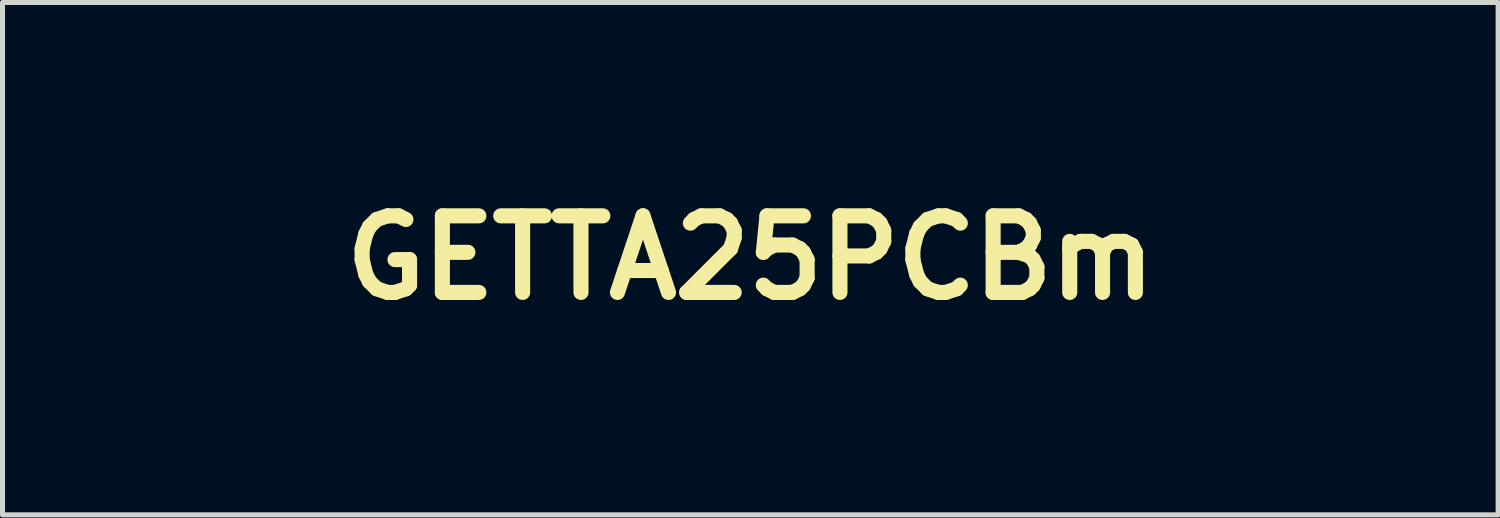
<source format=kicad_pcb>
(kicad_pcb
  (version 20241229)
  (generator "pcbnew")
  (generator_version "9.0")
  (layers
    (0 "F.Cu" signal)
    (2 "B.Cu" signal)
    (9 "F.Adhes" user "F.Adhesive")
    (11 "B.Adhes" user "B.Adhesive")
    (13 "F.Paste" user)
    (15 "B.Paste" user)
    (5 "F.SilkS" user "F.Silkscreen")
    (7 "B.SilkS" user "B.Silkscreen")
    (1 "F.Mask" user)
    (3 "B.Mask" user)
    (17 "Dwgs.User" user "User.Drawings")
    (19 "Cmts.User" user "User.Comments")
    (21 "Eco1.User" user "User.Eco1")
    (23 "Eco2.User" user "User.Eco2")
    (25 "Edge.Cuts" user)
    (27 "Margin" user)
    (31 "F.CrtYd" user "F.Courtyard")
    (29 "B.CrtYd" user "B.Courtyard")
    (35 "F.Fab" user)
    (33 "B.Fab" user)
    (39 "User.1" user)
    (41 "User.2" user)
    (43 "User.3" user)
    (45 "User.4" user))
  (footprint "GETTA25PCBm"
    (layer "F.Cu")
    (at 11.884 2.079)
    (property "Reference" "GETTA25PCBm" (at 0 0 0) (layer "F.SilkS") (effects (font (size 1.524 1.524) (thickness 0.3))))
    (attr through_hole)
    (fp_poly (pts (xy -4.276 1.973) (xy -5.39 1.977) (xy -5.619 1.978) (xy -5.816 1.978) (xy -5.984 1.978) (xy -6.124 1.978) (xy -6.239 1.977) (xy -6.33 1.975) (xy -6.401 1.973) (xy -6.452 1.971) (xy -6.486 1.968) (xy -6.505 1.964) (xy -6.512 1.96) (xy -6.514 1.937) (xy -6.516 1.886) (xy -6.516 1.811) (xy -6.517 1.718) (xy -6.516 1.613) (xy -6.515 1.574) (xy -6.511 1.211) (xy -4.276 1.211) (xy -4.276 1.973)) (stroke (width 0.01) (type solid)) (fill yes) (layer "F.Mask"))
    (fp_poly (pts (xy 1.765 -0.387) (xy 1.815 -0.385) (xy 1.846 -0.38) (xy 1.865 -0.372) (xy 1.875 -0.361) (xy 1.883 -0.334) (xy 1.889 -0.281) (xy 1.894 -0.21) (xy 1.896 -0.13) (xy 1.897 -0.047) (xy 1.896 0.029) (xy 1.892 0.092) (xy 1.886 0.131) (xy 1.881 0.145) (xy 1.872 0.155) (xy 1.854 0.162) (xy 1.821 0.166) (xy 1.769 0.168) (xy 1.693 0.169) (xy 1.598 0.169) (xy 1.32 0.169) (xy 1.325 -0.106) (xy 1.329 -0.381) (xy 1.592 -0.386) (xy 1.693 -0.387) (xy 1.765 -0.387)) (stroke (width 0.01) (type solid)) (fill yes) (layer "F.Mask"))
    (fp_poly (pts (xy -2.036 1.528) (xy -1.532 1.532) (xy -1.533 1.799) (xy -1.534 1.896) (xy -1.537 1.978) (xy -1.541 2.039) (xy -1.547 2.074) (xy -1.55 2.08) (xy -1.57 2.084) (xy -1.619 2.088) (xy -1.691 2.092) (xy -1.78 2.096) (xy -1.883 2.1) (xy -1.992 2.103) (xy -2.104 2.106) (xy -2.212 2.108) (xy -2.311 2.109) (xy -2.396 2.11) (xy -2.461 2.109) (xy -2.502 2.107) (xy -2.51 2.105) (xy -2.521 2.1) (xy -2.529 2.086) (xy -2.534 2.059) (xy -2.538 2.015) (xy -2.539 1.948) (xy -2.54 1.855) (xy -2.54 1.81) (xy -2.54 1.523) (xy -2.036 1.528)) (stroke (width 0.01) (type solid)) (fill yes) (layer "F.Mask"))
    (fp_poly (pts (xy 5.223 1.393) (xy 5.318 1.394) (xy 5.425 1.397) (xy 5.461 1.398) (xy 5.823 1.41) (xy 5.9 1.621) (xy 5.941 1.738) (xy 5.966 1.827) (xy 5.976 1.891) (xy 5.971 1.932) (xy 5.953 1.953) (xy 5.951 1.954) (xy 5.926 1.957) (xy 5.874 1.96) (xy 5.798 1.962) (xy 5.704 1.963) (xy 5.598 1.964) (xy 5.562 1.964) (xy 5.201 1.964) (xy 5.131 1.782) (xy 5.102 1.706) (xy 5.076 1.637) (xy 5.055 1.586) (xy 5.045 1.561) (xy 5.03 1.503) (xy 5.03 1.449) (xy 5.046 1.41) (xy 5.064 1.397) (xy 5.091 1.394) (xy 5.146 1.393) (xy 5.223 1.393)) (stroke (width 0.01) (type solid)) (fill yes) (layer "F.Mask"))
    (fp_poly (pts (xy -9.099 -0.369) (xy -8.943 -0.368) (xy -8.136 -0.364) (xy -8.132 0.047) (xy -8.131 0.182) (xy -8.131 0.286) (xy -8.132 0.363) (xy -8.135 0.416) (xy -8.14 0.449) (xy -8.146 0.464) (xy -8.149 0.466) (xy -8.17 0.467) (xy -8.221 0.469) (xy -8.299 0.471) (xy -8.402 0.472) (xy -8.524 0.474) (xy -8.664 0.475) (xy -8.818 0.477) (xy -8.983 0.478) (xy -9.007 0.478) (xy -9.203 0.479) (xy -9.368 0.479) (xy -9.504 0.479) (xy -9.614 0.478) (xy -9.701 0.477) (xy -9.766 0.475) (xy -9.813 0.472) (xy -9.844 0.468) (xy -9.862 0.463) (xy -9.867 0.46) (xy -9.875 0.445) (xy -9.88 0.417) (xy -9.884 0.37) (xy -9.886 0.302) (xy -9.886 0.208) (xy -9.886 0.085) (xy -9.885 0.046) (xy -9.881 -0.346) (xy -9.815 -0.359) (xy -9.785 -0.362) (xy -9.725 -0.364) (xy -9.638 -0.366) (xy -9.529 -0.368) (xy -9.4 -0.369) (xy -9.255 -0.369) (xy -9.099 -0.369)) (stroke (width 0.01) (type solid)) (fill yes) (layer "F.Mask"))
    (fp_poly (pts (xy 1.152 -0.879) (xy 1.201 -0.876) (xy 1.232 -0.871) (xy 1.251 -0.862) (xy 1.259 -0.855) (xy 1.267 -0.844) (xy 1.274 -0.825) (xy 1.278 -0.796) (xy 1.282 -0.752) (xy 1.284 -0.69) (xy 1.286 -0.606) (xy 1.287 -0.496) (xy 1.287 -0.357) (xy 1.287 -0.329) (xy 1.287 0.169) (xy 0.736 0.169) (xy 0.578 0.169) (xy 0.452 0.168) (xy 0.353 0.167) (xy 0.279 0.164) (xy 0.228 0.161) (xy 0.196 0.156) (xy 0.18 0.151) (xy 0.177 0.147) (xy 0.174 0.124) (xy 0.173 0.072) (xy 0.172 0.000084) (xy 0.172 -0.087) (xy 0.173 -0.136) (xy 0.178 -0.398) (xy 0.41 -0.406) (xy 0.523 -0.412) (xy 0.604 -0.42) (xy 0.651 -0.43) (xy 0.663 -0.436) (xy 0.674 -0.464) (xy 0.684 -0.52) (xy 0.692 -0.602) (xy 0.695 -0.652) (xy 0.7 -0.73) (xy 0.706 -0.796) (xy 0.713 -0.841) (xy 0.718 -0.859) (xy 0.739 -0.864) (xy 0.787 -0.869) (xy 0.856 -0.873) (xy 0.941 -0.876) (xy 0.981 -0.877) (xy 1.081 -0.879) (xy 1.152 -0.879)) (stroke (width 0.01) (type solid)) (fill yes) (layer "F.Mask"))
    (fp_poly (pts (xy -11.251 -0.475) (xy -11.143 -0.474) (xy -11.044 -0.471) (xy -10.957 -0.468) (xy -10.888 -0.463) (xy -10.844 -0.457) (xy -10.832 -0.453) (xy -10.824 -0.444) (xy -10.817 -0.43) (xy -10.812 -0.406) (xy -10.809 -0.368) (xy -10.807 -0.313) (xy -10.806 -0.237) (xy -10.806 -0.137) (xy -10.807 -0.008) (xy -10.807 0.068) (xy -10.812 0.567) (xy -11.057 0.578) (xy -11.166 0.583) (xy -11.283 0.588) (xy -11.395 0.593) (xy -11.486 0.597) (xy -11.489 0.597) (xy -11.568 0.6) (xy -11.635 0.601) (xy -11.683 0.6) (xy -11.703 0.598) (xy -11.712 0.591) (xy -11.72 0.574) (xy -11.726 0.541) (xy -11.731 0.488) (xy -11.735 0.412) (xy -11.739 0.307) (xy -11.741 0.274) (xy -11.744 0.156) (xy -11.747 0.033) (xy -11.75 -0.085) (xy -11.751 -0.187) (xy -11.752 -0.241) (xy -11.751 -0.326) (xy -11.749 -0.384) (xy -11.744 -0.421) (xy -11.736 -0.442) (xy -11.724 -0.454) (xy -11.719 -0.457) (xy -11.69 -0.463) (xy -11.634 -0.468) (xy -11.557 -0.471) (xy -11.463 -0.474) (xy -11.359 -0.475) (xy -11.251 -0.475)) (stroke (width 0.01) (type solid)) (fill yes) (layer "F.Mask"))
    (fp_poly (pts (xy 1.035 0.237) (xy 1.119 0.239) (xy 1.193 0.243) (xy 1.249 0.248) (xy 1.28 0.255) (xy 1.284 0.257) (xy 1.289 0.279) (xy 1.293 0.331) (xy 1.297 0.407) (xy 1.3 0.504) (xy 1.303 0.618) (xy 1.304 0.744) (xy 1.305 0.877) (xy 1.305 1.014) (xy 1.305 1.15) (xy 1.304 1.28) (xy 1.302 1.401) (xy 1.299 1.507) (xy 1.296 1.596) (xy 1.291 1.661) (xy 1.286 1.699) (xy 1.284 1.707) (xy 1.259 1.715) (xy 1.208 1.722) (xy 1.138 1.726) (xy 1.056 1.728) (xy 0.967 1.729) (xy 0.879 1.728) (xy 0.798 1.724) (xy 0.732 1.719) (xy 0.686 1.712) (xy 0.667 1.704) (xy 0.666 1.682) (xy 0.665 1.631) (xy 0.665 1.552) (xy 0.665 1.451) (xy 0.666 1.331) (xy 0.668 1.195) (xy 0.671 1.048) (xy 0.672 0.975) (xy 0.676 0.798) (xy 0.679 0.652) (xy 0.683 0.535) (xy 0.686 0.442) (xy 0.69 0.372) (xy 0.694 0.321) (xy 0.698 0.286) (xy 0.704 0.265) (xy 0.71 0.255) (xy 0.711 0.253) (xy 0.739 0.247) (xy 0.793 0.242) (xy 0.864 0.238) (xy 0.948 0.237) (xy 1.035 0.237)) (stroke (width 0.01) (type solid)) (fill yes) (layer "F.Mask"))
    (fp_poly (pts (xy -4.637 -1.932) (xy -4.539 -1.932) (xy -4.457 -1.93) (xy -4.397 -1.929) (xy -4.363 -1.926) (xy -4.358 -1.925) (xy -4.353 -1.905) (xy -4.348 -1.856) (xy -4.343 -1.784) (xy -4.338 -1.695) (xy -4.333 -1.592) (xy -4.328 -1.482) (xy -4.324 -1.37) (xy -4.321 -1.261) (xy -4.319 -1.16) (xy -4.319 -1.132) (xy -4.32 -1.049) (xy -4.324 -0.994) (xy -4.333 -0.959) (xy -4.345 -0.941) (xy -4.359 -0.931) (xy -4.383 -0.925) (xy -4.421 -0.92) (xy -4.479 -0.917) (xy -4.56 -0.916) (xy -4.67 -0.916) (xy -4.688 -0.916) (xy -4.79 -0.917) (xy -4.884 -0.919) (xy -4.962 -0.922) (xy -5.018 -0.926) (xy -5.046 -0.929) (xy -5.067 -0.937) (xy -5.08 -0.952) (xy -5.088 -0.98) (xy -5.093 -1.029) (xy -5.097 -1.086) (xy -5.104 -1.161) (xy -5.114 -1.22) (xy -5.126 -1.255) (xy -5.128 -1.258) (xy -5.17 -1.288) (xy -5.239 -1.313) (xy -5.329 -1.331) (xy -5.368 -1.336) (xy -5.461 -1.346) (xy -5.466 -1.628) (xy -5.467 -1.735) (xy -5.466 -1.813) (xy -5.464 -1.866) (xy -5.459 -1.898) (xy -5.452 -1.915) (xy -5.447 -1.919) (xy -5.423 -1.922) (xy -5.371 -1.924) (xy -5.296 -1.926) (xy -5.203 -1.928) (xy -5.096 -1.93) (xy -4.981 -1.931) (xy -4.863 -1.932) (xy -4.747 -1.932) (xy -4.637 -1.932)) (stroke (width 0.01) (type solid)) (fill yes) (layer "F.Mask"))
    (fp_poly (pts (xy -10.9 -2.074) (xy -10.803 -2.072) (xy -10.723 -2.069) (xy -10.663 -2.066) (xy -10.631 -2.062) (xy -10.628 -2.062) (xy -10.621 -2.057) (xy -10.614 -2.048) (xy -10.609 -2.031) (xy -10.605 -2.003) (xy -10.603 -1.961) (xy -10.601 -1.902) (xy -10.601 -1.822) (xy -10.601 -1.718) (xy -10.602 -1.588) (xy -10.603 -1.427) (xy -10.603 -1.405) (xy -10.605 -1.237) (xy -10.606 -1.1) (xy -10.608 -0.991) (xy -10.611 -0.907) (xy -10.614 -0.843) (xy -10.618 -0.799) (xy -10.622 -0.769) (xy -10.628 -0.752) (xy -10.634 -0.745) (xy -10.657 -0.741) (xy -10.711 -0.737) (xy -10.791 -0.734) (xy -10.896 -0.731) (xy -11.021 -0.73) (xy -11.163 -0.729) (xy -11.257 -0.728) (xy -11.416 -0.728) (xy -11.544 -0.729) (xy -11.644 -0.73) (xy -11.721 -0.731) (xy -11.778 -0.733) (xy -11.817 -0.737) (xy -11.842 -0.741) (xy -11.857 -0.747) (xy -11.864 -0.754) (xy -11.867 -0.758) (xy -11.87 -0.783) (xy -11.873 -0.837) (xy -11.876 -0.913) (xy -11.878 -1.007) (xy -11.879 -1.113) (xy -11.879 -1.143) (xy -11.879 -1.499) (xy -11.682 -1.503) (xy -11.598 -1.506) (xy -11.54 -1.509) (xy -11.502 -1.515) (xy -11.476 -1.525) (xy -11.455 -1.541) (xy -11.437 -1.559) (xy -11.417 -1.582) (xy -11.403 -1.604) (xy -11.393 -1.634) (xy -11.385 -1.677) (xy -11.379 -1.74) (xy -11.372 -1.829) (xy -11.371 -1.842) (xy -11.354 -2.074) (xy -11.007 -2.074) (xy -10.9 -2.074)) (stroke (width 0.01) (type solid)) (fill yes) (layer "F.Mask"))
    (fp_poly (pts (xy -3.098 -1.963) (xy -3.007 -1.96) (xy -2.905 -1.955) (xy -2.799 -1.95) (xy -2.695 -1.943) (xy -2.597 -1.936) (xy -2.511 -1.929) (xy -2.444 -1.922) (xy -2.4 -1.915) (xy -2.385 -1.909) (xy -2.382 -1.888) (xy -2.379 -1.837) (xy -2.376 -1.76) (xy -2.374 -1.66) (xy -2.373 -1.541) (xy -2.371 -1.408) (xy -2.371 -1.265) (xy -2.371 -1.244) (xy -2.371 -1.073) (xy -2.372 -0.934) (xy -2.373 -0.822) (xy -2.375 -0.735) (xy -2.377 -0.67) (xy -2.381 -0.623) (xy -2.386 -0.591) (xy -2.391 -0.572) (xy -2.395 -0.566) (xy -2.402 -0.558) (xy -2.413 -0.551) (xy -2.43 -0.546) (xy -2.458 -0.542) (xy -2.499 -0.538) (xy -2.555 -0.535) (xy -2.632 -0.533) (xy -2.73 -0.532) (xy -2.855 -0.53) (xy -3.008 -0.529) (xy -3.11 -0.528) (xy -3.26 -0.527) (xy -3.4 -0.527) (xy -3.525 -0.527) (xy -3.632 -0.528) (xy -3.718 -0.53) (xy -3.779 -0.532) (xy -3.811 -0.534) (xy -3.814 -0.535) (xy -3.818 -0.555) (xy -3.821 -0.604) (xy -3.824 -0.676) (xy -3.826 -0.768) (xy -3.827 -0.875) (xy -3.827 -0.943) (xy -3.827 -1.338) (xy -3.64 -1.338) (xy -3.537 -1.34) (xy -3.462 -1.348) (xy -3.406 -1.363) (xy -3.363 -1.388) (xy -3.327 -1.425) (xy -3.32 -1.433) (xy -3.306 -1.454) (xy -3.296 -1.479) (xy -3.29 -1.514) (xy -3.287 -1.565) (xy -3.285 -1.639) (xy -3.285 -1.713) (xy -3.285 -1.808) (xy -3.283 -1.875) (xy -3.279 -1.919) (xy -3.272 -1.944) (xy -3.263 -1.956) (xy -3.258 -1.959) (xy -3.229 -1.963) (xy -3.175 -1.964) (xy -3.098 -1.963)) (stroke (width 0.01) (type solid)) (fill yes) (layer "F.Mask"))
    (fp_poly (pts (xy -1.329 -1.779) (xy -1.174 -1.778) (xy -1.02 -1.777) (xy -0.871 -1.776) (xy -0.732 -1.774) (xy -0.606 -1.772) (xy -0.496 -1.769) (xy -0.407 -1.767) (xy -0.343 -1.764) (xy -0.307 -1.761) (xy -0.301 -1.759) (xy -0.291 -1.753) (xy -0.283 -1.743) (xy -0.277 -1.727) (xy -0.273 -1.7) (xy -0.271 -1.659) (xy -0.271 -1.599) (xy -0.272 -1.516) (xy -0.275 -1.408) (xy -0.278 -1.281) (xy -0.281 -1.16) (xy -0.284 -1.051) (xy -0.287 -0.958) (xy -0.29 -0.885) (xy -0.292 -0.837) (xy -0.293 -0.819) (xy -0.293 -0.819) (xy -0.31 -0.818) (xy -0.357 -0.816) (xy -0.431 -0.814) (xy -0.527 -0.812) (xy -0.642 -0.809) (xy -0.772 -0.806) (xy -0.913 -0.803) (xy -0.921 -0.803) (xy -1.545 -0.791) (xy -1.539 0.227) (xy -1.532 1.245) (xy -2.025 1.249) (xy -2.151 1.25) (xy -2.265 1.25) (xy -2.365 1.249) (xy -2.444 1.248) (xy -2.5 1.245) (xy -2.527 1.243) (xy -2.528 1.242) (xy -2.531 1.223) (xy -2.533 1.174) (xy -2.535 1.098) (xy -2.537 0.999) (xy -2.538 0.88) (xy -2.539 0.745) (xy -2.54 0.597) (xy -2.54 0.506) (xy -2.54 -0.219) (xy -2.477 -0.228) (xy -2.377 -0.246) (xy -2.3 -0.266) (xy -2.248 -0.288) (xy -2.235 -0.298) (xy -2.229 -0.308) (xy -2.224 -0.327) (xy -2.219 -0.359) (xy -2.216 -0.405) (xy -2.213 -0.469) (xy -2.21 -0.553) (xy -2.209 -0.662) (xy -2.207 -0.797) (xy -2.206 -0.962) (xy -2.205 -1.04) (xy -2.2 -1.757) (xy -2.163 -1.767) (xy -2.134 -1.771) (xy -2.076 -1.773) (xy -1.993 -1.775) (xy -1.888 -1.777) (xy -1.765 -1.778) (xy -1.629 -1.779) (xy -1.482 -1.779) (xy -1.329 -1.779)) (stroke (width 0.01) (type solid)) (fill yes) (layer "F.Mask"))
    (fp_poly (pts (xy -10.212 -2.011) (xy -10.115 -2.01) (xy -9.995 -2.008) (xy -9.846 -2.004) (xy -9.666 -2) (xy -9.66 -1.999) (xy -8.9 -1.98) (xy -8.823 -1.936) (xy -8.776 -1.904) (xy -8.716 -1.855) (xy -8.652 -1.799) (xy -8.624 -1.773) (xy -8.559 -1.707) (xy -8.514 -1.651) (xy -8.479 -1.594) (xy -8.449 -1.528) (xy -8.413 -1.436) (xy -8.386 -1.349) (xy -8.367 -1.259) (xy -8.354 -1.16) (xy -8.346 -1.044) (xy -8.343 -0.905) (xy -8.342 -0.843) (xy -8.343 -0.743) (xy -8.344 -0.654) (xy -8.347 -0.582) (xy -8.35 -0.533) (xy -8.354 -0.513) (xy -8.354 -0.513) (xy -8.375 -0.508) (xy -8.424 -0.504) (xy -8.495 -0.501) (xy -8.581 -0.499) (xy -8.677 -0.498) (xy -8.777 -0.497) (xy -8.875 -0.498) (xy -8.964 -0.5) (xy -9.038 -0.504) (xy -9.071 -0.506) (xy -9.133 -0.513) (xy -9.183 -0.523) (xy -9.209 -0.533) (xy -9.209 -0.533) (xy -9.216 -0.556) (xy -9.223 -0.605) (xy -9.229 -0.674) (xy -9.232 -0.745) (xy -9.244 -0.889) (xy -9.267 -1.001) (xy -9.303 -1.083) (xy -9.351 -1.135) (xy -9.364 -1.143) (xy -9.411 -1.162) (xy -9.475 -1.176) (xy -9.559 -1.187) (xy -9.666 -1.195) (xy -9.8 -1.2) (xy -9.963 -1.202) (xy -10.019 -1.202) (xy -10.147 -1.202) (xy -10.246 -1.204) (xy -10.319 -1.206) (xy -10.37 -1.209) (xy -10.405 -1.214) (xy -10.426 -1.221) (xy -10.438 -1.229) (xy -10.447 -1.243) (xy -10.454 -1.266) (xy -10.459 -1.303) (xy -10.462 -1.359) (xy -10.464 -1.437) (xy -10.465 -1.543) (xy -10.465 -1.607) (xy -10.464 -1.735) (xy -10.462 -1.833) (xy -10.459 -1.905) (xy -10.454 -1.953) (xy -10.446 -1.981) (xy -10.443 -1.988) (xy -10.436 -1.995) (xy -10.425 -2.001) (xy -10.408 -2.006) (xy -10.381 -2.009) (xy -10.341 -2.011) (xy -10.286 -2.012) (xy -10.212 -2.011)) (stroke (width 0.01) (type solid)) (fill yes) (layer "F.Mask"))
    (fp_poly (pts (xy -8.808 0.647) (xy -8.374 0.652) (xy -8.377 0.927) (xy -8.38 1.066) (xy -8.388 1.179) (xy -8.401 1.275) (xy -8.422 1.361) (xy -8.452 1.445) (xy -8.491 1.536) (xy -8.493 1.539) (xy -8.567 1.659) (xy -8.667 1.771) (xy -8.788 1.869) (xy -8.922 1.947) (xy -9.062 2) (xy -9.125 2.015) (xy -9.162 2.019) (xy -9.228 2.022) (xy -9.32 2.024) (xy -9.433 2.026) (xy -9.564 2.028) (xy -9.707 2.029) (xy -9.86 2.029) (xy -10.017 2.029) (xy -10.175 2.029) (xy -10.329 2.028) (xy -10.476 2.026) (xy -10.611 2.024) (xy -10.73 2.022) (xy -10.828 2.019) (xy -10.902 2.015) (xy -10.91 2.015) (xy -10.997 2.008) (xy -11.061 1.999) (xy -11.114 1.986) (xy -11.167 1.965) (xy -11.217 1.941) (xy -11.358 1.854) (xy -11.476 1.741) (xy -11.572 1.603) (xy -11.599 1.552) (xy -11.651 1.437) (xy -11.687 1.328) (xy -11.711 1.214) (xy -11.725 1.084) (xy -11.729 1.024) (xy -11.733 0.941) (xy -11.734 0.885) (xy -11.731 0.85) (xy -11.723 0.828) (xy -11.71 0.813) (xy -11.709 0.813) (xy -11.694 0.805) (xy -11.667 0.798) (xy -11.624 0.793) (xy -11.563 0.789) (xy -11.478 0.786) (xy -11.367 0.783) (xy -11.244 0.781) (xy -10.808 0.775) (xy -10.798 0.815) (xy -10.791 0.857) (xy -10.787 0.914) (xy -10.787 0.931) (xy -10.774 1.012) (xy -10.74 1.082) (xy -10.689 1.132) (xy -10.682 1.137) (xy -10.662 1.143) (xy -10.625 1.148) (xy -10.569 1.152) (xy -10.49 1.155) (xy -10.386 1.157) (xy -10.255 1.159) (xy -10.093 1.159) (xy -10.049 1.159) (xy -9.891 1.159) (xy -9.762 1.159) (xy -9.661 1.158) (xy -9.582 1.157) (xy -9.523 1.154) (xy -9.481 1.151) (xy -9.451 1.146) (xy -9.43 1.14) (xy -9.414 1.132) (xy -9.409 1.129) (xy -9.358 1.084) (xy -9.317 1.02) (xy -9.287 0.934) (xy -9.264 0.821) (xy -9.254 0.741) (xy -9.243 0.643) (xy -8.808 0.647)) (stroke (width 0.01) (type solid)) (fill yes) (layer "F.Mask"))
    (fp_poly (pts (xy -5.989 -1.829) (xy -5.89 -1.828) (xy -5.812 -1.827) (xy -5.752 -1.825) (xy -5.708 -1.823) (xy -5.676 -1.819) (xy -5.655 -1.815) (xy -5.642 -1.81) (xy -5.634 -1.804) (xy -5.633 -1.804) (xy -5.623 -1.79) (xy -5.616 -1.768) (xy -5.611 -1.733) (xy -5.607 -1.68) (xy -5.606 -1.604) (xy -5.605 -1.501) (xy -5.605 -1.459) (xy -5.606 -1.357) (xy -5.607 -1.264) (xy -5.61 -1.187) (xy -5.612 -1.132) (xy -5.616 -1.105) (xy -5.626 -1.067) (xy -6.756 -1.067) (xy -6.756 -0.324) (xy -6.083 -0.319) (xy -5.914 -0.317) (xy -5.775 -0.316) (xy -5.663 -0.314) (xy -5.574 -0.312) (xy -5.506 -0.31) (xy -5.454 -0.306) (xy -5.415 -0.302) (xy -5.385 -0.296) (xy -5.362 -0.29) (xy -5.341 -0.281) (xy -5.334 -0.278) (xy -5.236 -0.214) (xy -5.159 -0.128) (xy -5.107 -0.025) (xy -5.083 0.09) (xy -5.083 0.152) (xy -5.089 0.212) (xy -5.101 0.255) (xy -5.123 0.284) (xy -5.161 0.303) (xy -5.22 0.314) (xy -5.306 0.321) (xy -5.356 0.324) (xy -5.436 0.328) (xy -5.503 0.333) (xy -5.55 0.336) (xy -5.571 0.339) (xy -5.571 0.339) (xy -5.559 0.343) (xy -5.521 0.349) (xy -5.462 0.357) (xy -5.419 0.362) (xy -5.258 0.381) (xy -5.253 0.432) (xy -5.254 0.463) (xy -5.267 0.49) (xy -5.294 0.512) (xy -5.336 0.53) (xy -5.397 0.545) (xy -5.479 0.556) (xy -5.583 0.564) (xy -5.713 0.57) (xy -5.871 0.574) (xy -6.058 0.575) (xy -6.193 0.576) (xy -6.756 0.576) (xy -6.757 1.24) (xy -6.757 1.389) (xy -6.758 1.527) (xy -6.759 1.652) (xy -6.76 1.76) (xy -6.762 1.847) (xy -6.764 1.908) (xy -6.767 1.94) (xy -6.767 1.943) (xy -6.777 1.981) (xy -7.213 1.981) (xy -7.331 1.981) (xy -7.438 1.98) (xy -7.529 1.978) (xy -7.599 1.975) (xy -7.644 1.973) (xy -7.66 1.97) (xy -7.661 1.952) (xy -7.662 1.902) (xy -7.664 1.823) (xy -7.665 1.716) (xy -7.666 1.584) (xy -7.667 1.429) (xy -7.668 1.254) (xy -7.669 1.059) (xy -7.67 0.848) (xy -7.67 0.623) (xy -7.671 0.386) (xy -7.671 0.139) (xy -7.671 0.083) (xy -7.671 -0.072) (xy -5.582 -0.072) (xy -5.577 -0.036) (xy -5.57 -0.025) (xy -5.547 -0.004) (xy -5.537 0) (xy -5.517 -0.011) (xy -5.504 -0.025) (xy -5.492 -0.059) (xy -5.5 -0.095) (xy -5.526 -0.117) (xy -5.537 -0.119) (xy -5.567 -0.105) (xy -5.582 -0.072) (xy -7.671 -0.072) (xy -7.671 -0.221) (xy -7.67 -0.493) (xy -7.67 -0.734) (xy -7.67 -0.945) (xy -7.669 -1.13) (xy -7.668 -1.288) (xy -7.666 -1.422) (xy -7.665 -1.533) (xy -7.663 -1.622) (xy -7.661 -1.692) (xy -7.659 -1.744) (xy -7.656 -1.779) (xy -7.653 -1.8) (xy -7.65 -1.807) (xy -7.629 -1.809) (xy -7.578 -1.812) (xy -7.499 -1.814) (xy -7.396 -1.817) (xy -7.27 -1.819) (xy -7.127 -1.822) (xy -6.967 -1.823) (xy -6.795 -1.825) (xy -6.645 -1.826) (xy -6.437 -1.827) (xy -6.26 -1.828) (xy -6.111 -1.829) (xy -5.989 -1.829)) (stroke (width 0.01) (type solid)) (fill yes) (layer "F.Mask"))
    (fp_poly (pts (xy 11.276 -1.944) (xy 11.289 -1.944) (xy 11.523 -1.939) (xy 11.528 -1.871) (xy 11.533 -1.801) (xy 11.543 -1.759) (xy 11.56 -1.737) (xy 11.59 -1.728) (xy 11.629 -1.727) (xy 11.702 -1.726) (xy 11.747 -1.718) (xy 11.772 -1.698) (xy 11.782 -1.659) (xy 11.783 -1.596) (xy 11.782 -1.56) (xy 11.777 -1.414) (xy 11.049 -1.401) (xy 10.853 -1.398) (xy 10.688 -1.395) (xy 10.551 -1.392) (xy 10.439 -1.389) (xy 10.348 -1.385) (xy 10.278 -1.38) (xy 10.223 -1.375) (xy 10.181 -1.368) (xy 10.15 -1.359) (xy 10.126 -1.349) (xy 10.107 -1.337) (xy 10.089 -1.323) (xy 10.081 -1.316) (xy 10.02 -1.262) (xy 10.032 -0.889) (xy 10.036 -0.768) (xy 10.04 -0.675) (xy 10.043 -0.608) (xy 10.048 -0.559) (xy 10.054 -0.527) (xy 10.062 -0.504) (xy 10.073 -0.487) (xy 10.086 -0.472) (xy 10.087 -0.471) (xy 10.13 -0.426) (xy 11.237 -0.445) (xy 11.537 -0.053) (xy 11.615 0.049) (xy 11.686 0.144) (xy 11.748 0.228) (xy 11.798 0.298) (xy 11.834 0.35) (xy 11.852 0.379) (xy 11.854 0.382) (xy 11.858 0.412) (xy 11.862 0.47) (xy 11.865 0.553) (xy 11.868 0.655) (xy 11.869 0.77) (xy 11.869 0.895) (xy 11.869 1.024) (xy 11.868 1.153) (xy 11.866 1.275) (xy 11.863 1.387) (xy 11.859 1.484) (xy 11.855 1.56) (xy 11.853 1.583) (xy 11.842 1.683) (xy 11.829 1.757) (xy 11.813 1.812) (xy 11.788 1.855) (xy 11.754 1.895) (xy 11.715 1.929) (xy 11.628 2.004) (xy 11.229 2.017) (xy 11.098 2.021) (xy 10.955 2.024) (xy 10.804 2.026) (xy 10.648 2.028) (xy 10.492 2.029) (xy 10.34 2.029) (xy 10.196 2.029) (xy 10.064 2.028) (xy 9.947 2.026) (xy 9.85 2.024) (xy 9.777 2.022) (xy 9.731 2.018) (xy 9.72 2.016) (xy 9.63 1.98) (xy 9.556 1.929) (xy 9.497 1.862) (xy 9.452 1.774) (xy 9.418 1.664) (xy 9.396 1.528) (xy 9.384 1.364) (xy 9.381 1.209) (xy 9.384 1.067) (xy 9.394 0.966) (xy 9.821 0.966) (xy 9.834 0.982) (xy 9.838 0.982) (xy 9.853 0.968) (xy 9.855 0.956) (xy 9.847 0.938) (xy 9.838 0.94) (xy 9.822 0.961) (xy 9.821 0.966) (xy 9.394 0.966) (xy 9.394 0.957) (xy 9.412 0.875) (xy 9.439 0.819) (xy 9.474 0.788) (xy 9.518 0.779) (xy 9.555 0.771) (xy 9.577 0.741) (xy 9.582 0.728) (xy 9.596 0.697) (xy 9.616 0.682) (xy 9.654 0.678) (xy 9.681 0.677) (xy 9.799 0.69) (xy 9.895 0.725) (xy 9.966 0.784) (xy 10.013 0.865) (xy 10.014 0.868) (xy 10.026 0.916) (xy 10.036 0.987) (xy 10.045 1.068) (xy 10.048 1.116) (xy 10.053 1.198) (xy 10.06 1.255) (xy 10.069 1.292) (xy 10.083 1.318) (xy 10.095 1.332) (xy 10.132 1.372) (xy 10.653 1.372) (xy 10.799 1.372) (xy 10.916 1.371) (xy 11.005 1.37) (xy 11.072 1.369) (xy 11.12 1.366) (xy 11.153 1.362) (xy 11.174 1.357) (xy 11.187 1.35) (xy 11.196 1.34) (xy 11.2 1.334) (xy 11.21 1.316) (xy 11.216 1.287) (xy 11.221 1.244) (xy 11.224 1.182) (xy 11.226 1.097) (xy 11.227 0.983) (xy 11.227 0.947) (xy 11.227 0.822) (xy 11.225 0.724) (xy 11.219 0.646) (xy 11.208 0.583) (xy 11.189 0.527) (xy 11.161 0.472) (xy 11.121 0.412) (xy 11.067 0.339) (xy 11.027 0.287) (xy 10.914 0.136) (xy 10.514 0.136) (xy 10.379 0.135) (xy 10.234 0.134) (xy 10.089 0.131) (xy 9.957 0.128) (xy 9.846 0.125) (xy 9.829 0.124) (xy 9.544 0.113) (xy 9.395 -0.024) (xy 9.407 -0.854) (xy 9.419 -1.685) (xy 9.481 -1.778) (xy 9.521 -1.831) (xy 9.563 -1.874) (xy 9.592 -1.895) (xy 9.613 -1.901) (xy 9.647 -1.907) (xy 9.698 -1.912) (xy 9.769 -1.916) (xy 9.861 -1.921) (xy 9.979 -1.925) (xy 10.124 -1.929) (xy 10.3 -1.933) (xy 10.349 -1.934) (xy 10.511 -1.937) (xy 10.672 -1.939) (xy 10.827 -1.942) (xy 10.97 -1.943) (xy 11.096 -1.944) (xy 11.2 -1.944) (xy 11.276 -1.944)) (stroke (width 0.01) (type solid)) (fill yes) (layer "F.Mask"))
    (fp_poly (pts (xy 8.077 -1.921) (xy 8.224 -1.92) (xy 8.346 -1.919) (xy 8.445 -1.915) (xy 8.524 -1.909) (xy 8.587 -1.901) (xy 8.635 -1.891) (xy 8.673 -1.876) (xy 8.701 -1.858) (xy 8.725 -1.836) (xy 8.746 -1.81) (xy 8.766 -1.778) (xy 8.78 -1.757) (xy 8.848 -1.652) (xy 8.842 -1.059) (xy 8.836 -0.466) (xy 8.779 -0.356) (xy 8.761 -0.323) (xy 8.74 -0.288) (xy 8.714 -0.25) (xy 8.681 -0.205) (xy 8.639 -0.153) (xy 8.587 -0.089) (xy 8.522 -0.013) (xy 8.442 0.078) (xy 8.345 0.187) (xy 8.231 0.316) (xy 8.096 0.467) (xy 8.05 0.518) (xy 7.949 0.631) (xy 7.85 0.742) (xy 7.755 0.848) (xy 7.67 0.945) (xy 7.597 1.028) (xy 7.54 1.093) (xy 7.511 1.126) (xy 7.381 1.278) (xy 8.038 1.289) (xy 8.218 1.292) (xy 8.367 1.295) (xy 8.488 1.298) (xy 8.586 1.302) (xy 8.663 1.306) (xy 8.722 1.312) (xy 8.766 1.318) (xy 8.8 1.326) (xy 8.826 1.336) (xy 8.847 1.347) (xy 8.851 1.35) (xy 8.893 1.394) (xy 8.927 1.458) (xy 8.949 1.533) (xy 8.959 1.61) (xy 8.954 1.68) (xy 8.934 1.733) (xy 8.925 1.743) (xy 8.898 1.782) (xy 8.887 1.814) (xy 8.87 1.848) (xy 8.835 1.884) (xy 8.824 1.892) (xy 8.766 1.93) (xy 7.617 1.93) (xy 7.388 1.93) (xy 7.191 1.93) (xy 7.023 1.93) (xy 6.882 1.929) (xy 6.765 1.928) (xy 6.672 1.926) (xy 6.599 1.924) (xy 6.543 1.922) (xy 6.504 1.919) (xy 6.478 1.915) (xy 6.464 1.911) (xy 6.458 1.906) (xy 6.456 1.882) (xy 6.454 1.83) (xy 6.453 1.756) (xy 6.453 1.665) (xy 6.454 1.563) (xy 6.454 1.561) (xy 6.456 1.468) (xy 8.612 1.468) (xy 8.619 1.495) (xy 8.637 1.507) (xy 8.658 1.495) (xy 8.662 1.489) (xy 8.663 1.463) (xy 8.644 1.445) (xy 8.621 1.446) (xy 8.612 1.468) (xy 6.456 1.468) (xy 6.457 1.449) (xy 6.459 1.366) (xy 6.462 1.305) (xy 6.467 1.263) (xy 6.474 1.232) (xy 6.484 1.209) (xy 6.498 1.187) (xy 6.503 1.179) (xy 6.526 1.151) (xy 6.57 1.101) (xy 6.632 1.032) (xy 6.71 0.945) (xy 6.802 0.844) (xy 6.906 0.73) (xy 7.019 0.608) (xy 7.139 0.478) (xy 7.263 0.344) (xy 7.39 0.207) (xy 7.517 0.072) (xy 7.642 -0.061) (xy 7.761 -0.188) (xy 7.82 -0.249) (xy 7.927 -0.363) (xy 8.013 -0.456) (xy 8.079 -0.529) (xy 8.127 -0.586) (xy 8.16 -0.629) (xy 8.18 -0.66) (xy 8.188 -0.682) (xy 8.192 -0.722) (xy 8.194 -0.784) (xy 8.194 -0.861) (xy 8.193 -0.947) (xy 8.191 -1.033) (xy 8.188 -1.113) (xy 8.183 -1.181) (xy 8.178 -1.228) (xy 8.173 -1.247) (xy 8.153 -1.251) (xy 8.104 -1.255) (xy 8.03 -1.259) (xy 7.936 -1.262) (xy 7.827 -1.264) (xy 7.716 -1.266) (xy 7.571 -1.267) (xy 7.455 -1.267) (xy 7.366 -1.265) (xy 7.299 -1.26) (xy 7.251 -1.252) (xy 7.218 -1.24) (xy 7.196 -1.223) (xy 7.181 -1.201) (xy 7.17 -1.173) (xy 7.168 -1.168) (xy 7.16 -1.126) (xy 7.153 -1.056) (xy 7.149 -0.962) (xy 7.147 -0.851) (xy 7.147 -0.836) (xy 7.147 -0.73) (xy 7.145 -0.653) (xy 7.139 -0.6) (xy 7.125 -0.568) (xy 7.1 -0.55) (xy 7.062 -0.543) (xy 7.007 -0.542) (xy 6.954 -0.542) (xy 6.874 -0.544) (xy 6.821 -0.554) (xy 6.791 -0.575) (xy 6.777 -0.611) (xy 6.773 -0.667) (xy 6.773 -0.668) (xy 6.768 -0.735) (xy 6.754 -0.778) (xy 6.749 -0.784) (xy 6.72 -0.799) (xy 6.669 -0.812) (xy 6.612 -0.821) (xy 6.5 -0.833) (xy 6.506 -1.225) (xy 6.507 -1.35) (xy 6.509 -1.446) (xy 6.512 -1.518) (xy 6.515 -1.571) (xy 6.521 -1.609) (xy 6.528 -1.638) (xy 6.538 -1.662) (xy 6.552 -1.686) (xy 6.557 -1.695) (xy 6.625 -1.787) (xy 6.706 -1.858) (xy 6.785 -1.898) (xy 6.808 -1.904) (xy 6.845 -1.908) (xy 6.9 -1.912) (xy 6.974 -1.915) (xy 7.069 -1.917) (xy 7.189 -1.919) (xy 7.335 -1.92) (xy 7.51 -1.921) (xy 7.696 -1.921) (xy 7.902 -1.921) (xy 8.077 -1.921)) (stroke (width 0.01) (type solid)) (fill yes) (layer "F.Mask"))
    (fp_poly (pts (xy 4.387 -1.91) (xy 4.455 -1.908) (xy 4.501 -1.904) (xy 4.53 -1.899) (xy 4.542 -1.893) (xy 4.55 -1.884) (xy 4.561 -1.867) (xy 4.575 -1.842) (xy 4.592 -1.806) (xy 4.613 -1.758) (xy 4.639 -1.696) (xy 4.67 -1.62) (xy 4.707 -1.527) (xy 4.75 -1.417) (xy 4.8 -1.287) (xy 4.857 -1.136) (xy 4.922 -0.962) (xy 4.996 -0.765) (xy 5.079 -0.543) (xy 5.172 -0.294) (xy 5.276 -0.017) (xy 5.39 0.291) (xy 5.436 0.415) (xy 5.483 0.54) (xy 5.527 0.657) (xy 5.567 0.761) (xy 5.601 0.847) (xy 5.627 0.912) (xy 5.644 0.951) (xy 5.649 0.96) (xy 5.668 1.007) (xy 5.673 1.059) (xy 5.664 1.103) (xy 5.643 1.126) (xy 5.612 1.132) (xy 5.554 1.137) (xy 5.476 1.141) (xy 5.385 1.145) (xy 5.288 1.147) (xy 5.193 1.147) (xy 5.106 1.146) (xy 5.034 1.144) (xy 4.987 1.14) (xy 4.885 1.126) (xy 4.78 0.859) (xy 4.771 0.938) (xy 4.746 1.039) (xy 4.697 1.146) (xy 4.63 1.246) (xy 4.563 1.318) (xy 4.453 1.397) (xy 4.329 1.446) (xy 4.194 1.466) (xy 4.052 1.455) (xy 3.905 1.414) (xy 3.814 1.374) (xy 3.711 1.308) (xy 3.632 1.225) (xy 3.575 1.122) (xy 3.569 1.099) (xy 3.814 1.099) (xy 3.823 1.116) (xy 3.834 1.126) (xy 3.855 1.136) (xy 3.889 1.143) (xy 3.942 1.148) (xy 4.019 1.151) (xy 4.124 1.151) (xy 4.136 1.151) (xy 4.24 1.15) (xy 4.328 1.147) (xy 4.394 1.142) (xy 4.433 1.136) (xy 4.439 1.133) (xy 4.461 1.115) (xy 4.455 1.094) (xy 4.452 1.091) (xy 4.438 1.082) (xy 4.41 1.075) (xy 4.363 1.071) (xy 4.294 1.068) (xy 4.197 1.067) (xy 4.142 1.067) (xy 4.019 1.068) (xy 3.927 1.071) (xy 3.863 1.077) (xy 3.827 1.087) (xy 3.814 1.099) (xy 3.569 1.099) (xy 3.538 0.995) (xy 3.528 0.94) (xy 3.516 0.855) (xy 3.5 0.914) (xy 3.49 0.945) (xy 3.472 1.004) (xy 3.446 1.085) (xy 3.413 1.185) (xy 3.377 1.299) (xy 3.336 1.422) (xy 3.324 1.461) (xy 3.272 1.615) (xy 3.23 1.739) (xy 3.195 1.834) (xy 3.168 1.902) (xy 3.148 1.945) (xy 3.133 1.964) (xy 3.132 1.964) (xy 3.105 1.97) (xy 3.048 1.974) (xy 2.967 1.977) (xy 2.868 1.978) (xy 2.755 1.977) (xy 2.634 1.975) (xy 2.508 1.971) (xy 2.451 1.969) (xy 2.32 1.963) (xy 2.32 1.908) (xy 2.325 1.879) (xy 2.34 1.823) (xy 2.363 1.742) (xy 2.394 1.643) (xy 2.43 1.528) (xy 2.471 1.403) (xy 2.498 1.32) (xy 2.578 1.08) (xy 2.66 0.832) (xy 2.717 0.655) (xy 3.78 0.655) (xy 3.795 0.699) (xy 3.809 0.714) (xy 3.847 0.74) (xy 3.876 0.74) (xy 3.908 0.714) (xy 3.912 0.711) (xy 3.925 0.693) (xy 4.375 0.693) (xy 4.392 0.727) (xy 4.422 0.744) (xy 4.457 0.74) (xy 4.487 0.71) (xy 4.491 0.701) (xy 4.5 0.652) (xy 4.482 0.617) (xy 4.441 0.601) (xy 4.435 0.601) (xy 4.399 0.614) (xy 4.379 0.647) (xy 4.375 0.693) (xy 3.925 0.693) (xy 3.94 0.672) (xy 3.939 0.636) (xy 3.907 0.596) (xy 3.905 0.594) (xy 3.872 0.569) (xy 3.844 0.568) (xy 3.829 0.575) (xy 3.792 0.61) (xy 3.78 0.655) (xy 2.717 0.655) (xy 2.744 0.573) (xy 2.79 0.432) (xy 3.641 0.432) (xy 3.653 0.426) (xy 3.684 0.404) (xy 3.728 0.369) (xy 3.734 0.364) (xy 3.794 0.319) (xy 3.856 0.277) (xy 3.9 0.251) (xy 3.956 0.228) (xy 4.028 0.214) (xy 4.119 0.207) (xy 4.24 0.206) (xy 4.338 0.22) (xy 4.425 0.251) (xy 4.506 0.299) (xy 4.589 0.356) (xy 4.549 0.25) (xy 4.457 0.007) (xy 4.376 -0.205) (xy 4.306 -0.388) (xy 4.246 -0.544) (xy 4.196 -0.672) (xy 4.155 -0.776) (xy 4.123 -0.855) (xy 4.099 -0.911) (xy 4.083 -0.946) (xy 4.073 -0.961) (xy 4.071 -0.961) (xy 4.065 -0.944) (xy 4.05 -0.899) (xy 4.028 -0.83) (xy 4 -0.74) (xy 3.967 -0.634) (xy 3.93 -0.516) (xy 3.891 -0.39) (xy 3.851 -0.26) (xy 3.811 -0.131) (xy 3.772 -0.005) (xy 3.736 0.112) (xy 3.704 0.217) (xy 3.677 0.306) (xy 3.657 0.374) (xy 3.644 0.417) (xy 3.641 0.432) (xy 2.79 0.432) (xy 2.832 0.3) (xy 2.925 0.008) (xy 3.025 -0.304) (xy 3.131 -0.642) (xy 3.246 -1.007) (xy 3.269 -1.081) (xy 3.319 -1.24) (xy 3.366 -1.388) (xy 3.409 -1.523) (xy 3.447 -1.642) (xy 3.479 -1.741) (xy 3.504 -1.819) (xy 3.522 -1.87) (xy 3.531 -1.893) (xy 3.531 -1.894) (xy 3.55 -1.897) (xy 3.599 -1.9) (xy 3.672 -1.903) (xy 3.767 -1.906) (xy 3.878 -1.908) (xy 4.001 -1.91) (xy 4.027 -1.91) (xy 4.177 -1.911) (xy 4.296 -1.911) (xy 4.387 -1.91)) (stroke (width 0.01) (type solid)) (fill yes) (layer "F.Mask")))
  (gr_rect
    (start -3 -3)
    (end 26.758 7.194)
    (stroke (width 0.1) (type default))
    (fill no)
    (layer "Edge.Cuts")))
</source>
